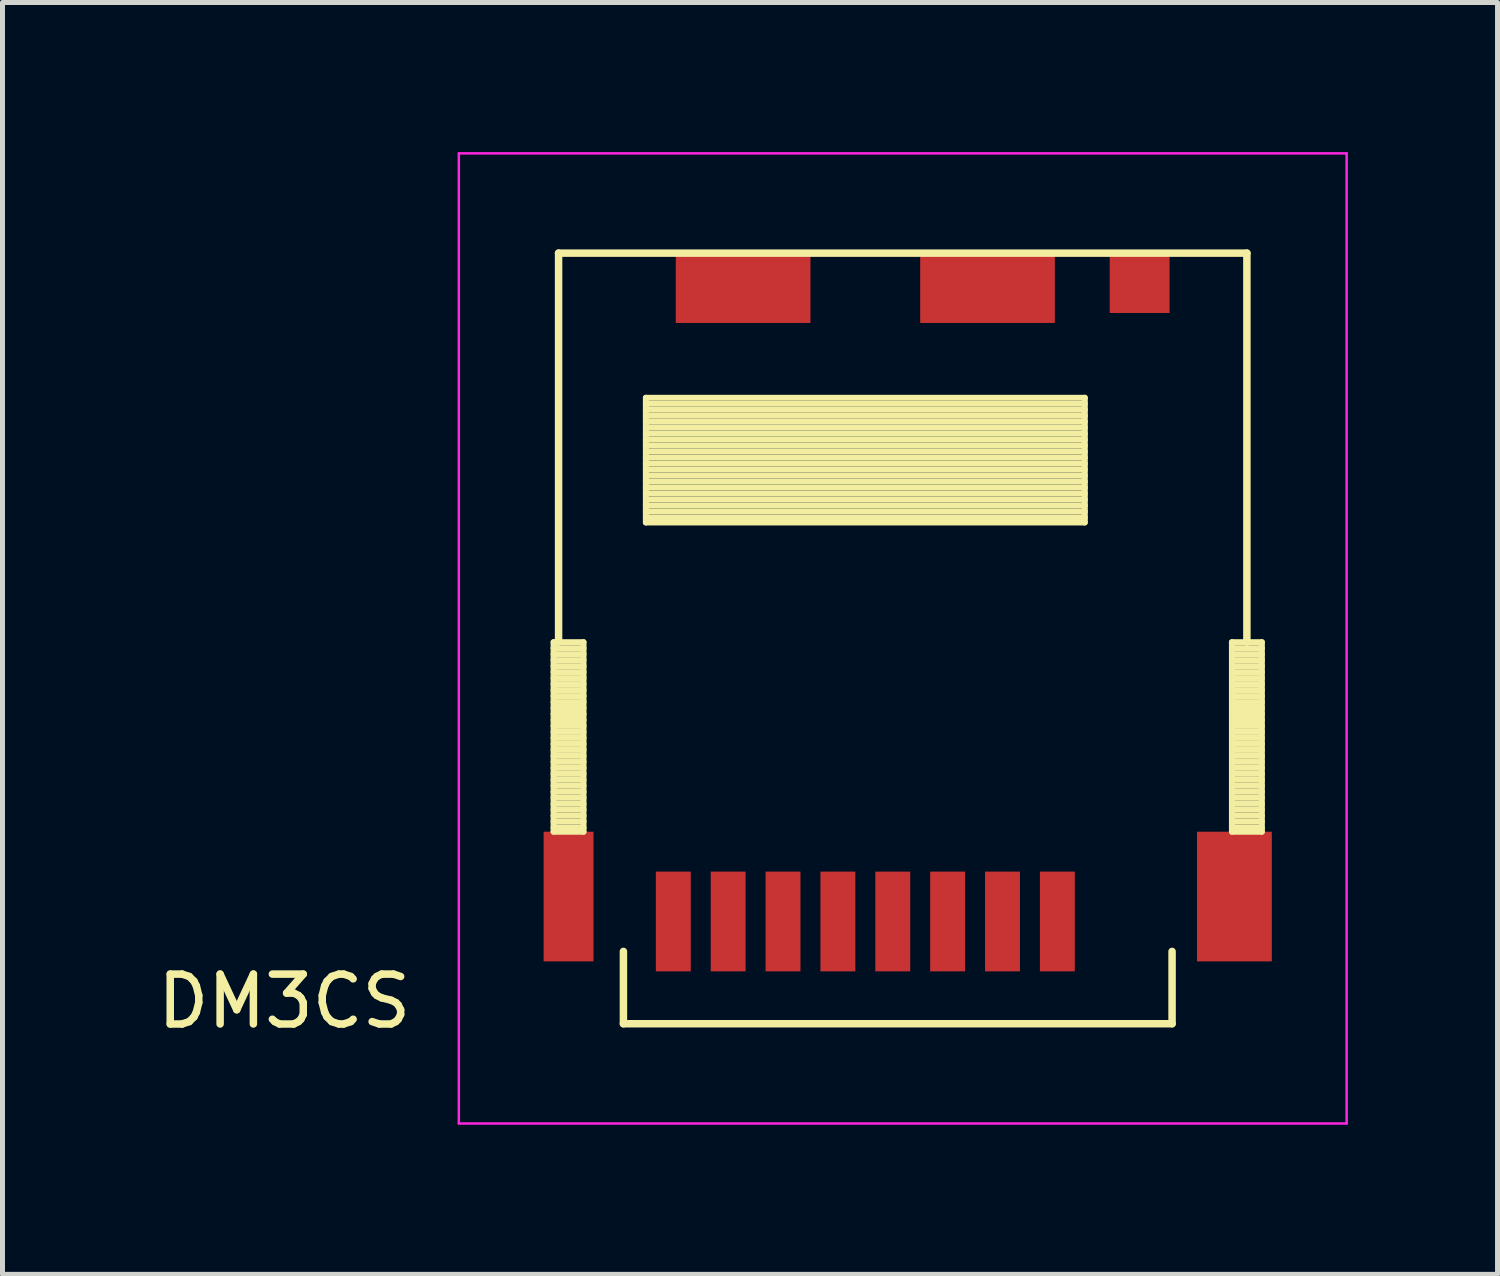
<source format=kicad_pcb>
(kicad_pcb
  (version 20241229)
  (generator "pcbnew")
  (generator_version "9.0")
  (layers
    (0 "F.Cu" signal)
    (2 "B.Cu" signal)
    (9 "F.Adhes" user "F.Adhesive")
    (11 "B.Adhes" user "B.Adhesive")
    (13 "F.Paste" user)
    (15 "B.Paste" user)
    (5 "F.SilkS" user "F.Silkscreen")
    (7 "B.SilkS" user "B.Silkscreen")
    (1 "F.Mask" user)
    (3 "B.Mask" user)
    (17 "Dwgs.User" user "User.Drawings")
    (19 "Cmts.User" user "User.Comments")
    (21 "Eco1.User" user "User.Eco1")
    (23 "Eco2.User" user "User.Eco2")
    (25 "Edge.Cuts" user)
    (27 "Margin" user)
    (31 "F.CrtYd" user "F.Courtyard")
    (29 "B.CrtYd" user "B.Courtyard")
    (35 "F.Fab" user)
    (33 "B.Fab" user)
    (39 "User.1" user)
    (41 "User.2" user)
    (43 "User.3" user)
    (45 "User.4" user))
  (footprint "DM3CS"
    (layer "F.Cu")
    (at 18.149 2.025)
    (property "Reference" "DM3CS" (at -15.5 15 0) (layer "F.SilkS") (effects (font (size 1 1) (thickness 0.15))))
    (attr through_hole)
    (fp_line (start -10.1 7.8) (end -10.1 11.6) (stroke (width 0.12) (type solid)) (layer "F.SilkS"))
    (fp_line (start -10.1 7.92) (end -9.5 7.92) (stroke (width 0.12) (type solid)) (layer "F.SilkS"))
    (fp_line (start -10.1 8.04) (end -9.5 8.04) (stroke (width 0.12) (type solid)) (layer "F.SilkS"))
    (fp_line (start -10.1 8.16) (end -9.5 8.16) (stroke (width 0.12) (type solid)) (layer "F.SilkS"))
    (fp_line (start -10.1 8.28) (end -9.5 8.28) (stroke (width 0.12) (type solid)) (layer "F.SilkS"))
    (fp_line (start -10.1 8.4) (end -9.5 8.4) (stroke (width 0.12) (type solid)) (layer "F.SilkS"))
    (fp_line (start -10.1 8.52) (end -9.5 8.52) (stroke (width 0.12) (type solid)) (layer "F.SilkS"))
    (fp_line (start -10.1 8.64) (end -9.5 8.64) (stroke (width 0.12) (type solid)) (layer "F.SilkS"))
    (fp_line (start -10.1 8.76) (end -9.5 8.76) (stroke (width 0.12) (type solid)) (layer "F.SilkS"))
    (fp_line (start -10.1 8.88) (end -9.5 8.88) (stroke (width 0.12) (type solid)) (layer "F.SilkS"))
    (fp_line (start -10.1 9) (end -9.5 9) (stroke (width 0.12) (type solid)) (layer "F.SilkS"))
    (fp_line (start -10.1 9.12) (end -9.5 9.12) (stroke (width 0.12) (type solid)) (layer "F.SilkS"))
    (fp_line (start -10.1 9.24) (end -9.5 9.24) (stroke (width 0.12) (type solid)) (layer "F.SilkS"))
    (fp_line (start -10.1 9.36) (end -9.5 9.36) (stroke (width 0.12) (type solid)) (layer "F.SilkS"))
    (fp_line (start -10.1 9.48) (end -9.5 9.48) (stroke (width 0.12) (type solid)) (layer "F.SilkS"))
    (fp_line (start -10.1 9.6) (end -9.5 9.6) (stroke (width 0.12) (type solid)) (layer "F.SilkS"))
    (fp_line (start -10.1 9.72) (end -9.5 9.72) (stroke (width 0.12) (type solid)) (layer "F.SilkS"))
    (fp_line (start -10.1 9.84) (end -9.5 9.84) (stroke (width 0.12) (type solid)) (layer "F.SilkS"))
    (fp_line (start -10.1 9.96) (end -9.5 9.96) (stroke (width 0.12) (type solid)) (layer "F.SilkS"))
    (fp_line (start -10.1 10.08) (end -9.5 10.08) (stroke (width 0.12) (type solid)) (layer "F.SilkS"))
    (fp_line (start -10.1 10.2) (end -9.5 10.2) (stroke (width 0.12) (type solid)) (layer "F.SilkS"))
    (fp_line (start -10.1 10.32) (end -9.5 10.32) (stroke (width 0.12) (type solid)) (layer "F.SilkS"))
    (fp_line (start -10.1 10.44) (end -9.5 10.44) (stroke (width 0.12) (type solid)) (layer "F.SilkS"))
    (fp_line (start -10.1 10.56) (end -9.5 10.56) (stroke (width 0.12) (type solid)) (layer "F.SilkS"))
    (fp_line (start -10.1 10.68) (end -9.5 10.68) (stroke (width 0.12) (type solid)) (layer "F.SilkS"))
    (fp_line (start -10.1 10.8) (end -9.5 10.8) (stroke (width 0.12) (type solid)) (layer "F.SilkS"))
    (fp_line (start -10.1 10.92) (end -9.5 10.92) (stroke (width 0.12) (type solid)) (layer "F.SilkS"))
    (fp_line (start -10.1 11.04) (end -9.5 11.04) (stroke (width 0.12) (type solid)) (layer "F.SilkS"))
    (fp_line (start -10.1 11.16) (end -9.5 11.16) (stroke (width 0.12) (type solid)) (layer "F.SilkS"))
    (fp_line (start -10.1 11.28) (end -9.5 11.28) (stroke (width 0.12) (type solid)) (layer "F.SilkS"))
    (fp_line (start -10.1 11.4) (end -9.5 11.4) (stroke (width 0.12) (type solid)) (layer "F.SilkS"))
    (fp_line (start -10.1 11.52) (end -9.5 11.52) (stroke (width 0.12) (type solid)) (layer "F.SilkS"))
    (fp_line (start -10.1 11.6) (end -9.5 11.6) (stroke (width 0.12) (type solid)) (layer "F.SilkS"))
    (fp_line (start -10 0) (end 3.8 0) (stroke (width 0.15) (type solid)) (layer "F.SilkS"))
    (fp_line (start -10 7.8) (end -10 0) (stroke (width 0.15) (type solid)) (layer "F.SilkS"))
    (fp_line (start -9.5 7.8) (end -10.1 7.8) (stroke (width 0.12) (type solid)) (layer "F.SilkS"))
    (fp_line (start -9.5 11.6) (end -9.5 7.8) (stroke (width 0.12) (type solid)) (layer "F.SilkS"))
    (fp_line (start -8.7 14) (end -8.7 15.45) (stroke (width 0.15) (type solid)) (layer "F.SilkS"))
    (fp_line (start -8.7 15.45) (end 2.3 15.45) (stroke (width 0.15) (type solid)) (layer "F.SilkS"))
    (fp_line (start -8.25 2.9) (end -8.25 5.4) (stroke (width 0.12) (type solid)) (layer "F.SilkS"))
    (fp_line (start -8.25 3.02) (end 0.55 3.02) (stroke (width 0.12) (type solid)) (layer "F.SilkS"))
    (fp_line (start -8.25 3.14) (end 0.55 3.14) (stroke (width 0.12) (type solid)) (layer "F.SilkS"))
    (fp_line (start -8.25 3.26) (end 0.55 3.26) (stroke (width 0.12) (type solid)) (layer "F.SilkS"))
    (fp_line (start -8.25 3.38) (end 0.55 3.38) (stroke (width 0.12) (type solid)) (layer "F.SilkS"))
    (fp_line (start -8.25 3.5) (end 0.55 3.5) (stroke (width 0.12) (type solid)) (layer "F.SilkS"))
    (fp_line (start -8.25 3.62) (end 0.55 3.62) (stroke (width 0.12) (type solid)) (layer "F.SilkS"))
    (fp_line (start -8.25 3.74) (end 0.55 3.74) (stroke (width 0.12) (type solid)) (layer "F.SilkS"))
    (fp_line (start -8.25 3.86) (end 0.55 3.86) (stroke (width 0.12) (type solid)) (layer "F.SilkS"))
    (fp_line (start -8.25 3.98) (end 0.55 3.98) (stroke (width 0.12) (type solid)) (layer "F.SilkS"))
    (fp_line (start -8.25 4.1) (end 0.55 4.1) (stroke (width 0.12) (type solid)) (layer "F.SilkS"))
    (fp_line (start -8.25 4.22) (end 0.55 4.22) (stroke (width 0.12) (type solid)) (layer "F.SilkS"))
    (fp_line (start -8.25 4.34) (end 0.55 4.34) (stroke (width 0.12) (type solid)) (layer "F.SilkS"))
    (fp_line (start -8.25 4.46) (end 0.55 4.46) (stroke (width 0.12) (type solid)) (layer "F.SilkS"))
    (fp_line (start -8.25 4.58) (end 0.55 4.58) (stroke (width 0.12) (type solid)) (layer "F.SilkS"))
    (fp_line (start -8.25 4.7) (end 0.55 4.7) (stroke (width 0.12) (type solid)) (layer "F.SilkS"))
    (fp_line (start -8.25 4.82) (end 0.55 4.82) (stroke (width 0.12) (type solid)) (layer "F.SilkS"))
    (fp_line (start -8.25 4.94) (end 0.55 4.94) (stroke (width 0.12) (type solid)) (layer "F.SilkS"))
    (fp_line (start -8.25 5.06) (end 0.55 5.06) (stroke (width 0.12) (type solid)) (layer "F.SilkS"))
    (fp_line (start -8.25 5.18) (end 0.55 5.18) (stroke (width 0.12) (type solid)) (layer "F.SilkS"))
    (fp_line (start -8.25 5.3) (end 0.55 5.3) (stroke (width 0.12) (type solid)) (layer "F.SilkS"))
    (fp_line (start -8.25 5.4) (end 0.55 5.4) (stroke (width 0.12) (type solid)) (layer "F.SilkS"))
    (fp_line (start 0.55 2.9) (end -8.25 2.9) (stroke (width 0.12) (type solid)) (layer "F.SilkS"))
    (fp_line (start 0.55 5.4) (end 0.55 2.9) (stroke (width 0.12) (type solid)) (layer "F.SilkS"))
    (fp_line (start 2.3 15.45) (end 2.3 14) (stroke (width 0.15) (type solid)) (layer "F.SilkS"))
    (fp_line (start 3.5 7.8) (end 3.5 11.6) (stroke (width 0.12) (type solid)) (layer "F.SilkS"))
    (fp_line (start 3.5 7.92) (end 4.1 7.92) (stroke (width 0.12) (type solid)) (layer "F.SilkS"))
    (fp_line (start 3.5 8.04) (end 4.1 8.04) (stroke (width 0.12) (type solid)) (layer "F.SilkS"))
    (fp_line (start 3.5 8.16) (end 4.1 8.16) (stroke (width 0.12) (type solid)) (layer "F.SilkS"))
    (fp_line (start 3.5 8.28) (end 4.1 8.28) (stroke (width 0.12) (type solid)) (layer "F.SilkS"))
    (fp_line (start 3.5 8.4) (end 4.1 8.4) (stroke (width 0.12) (type solid)) (layer "F.SilkS"))
    (fp_line (start 3.5 8.52) (end 4.1 8.52) (stroke (width 0.12) (type solid)) (layer "F.SilkS"))
    (fp_line (start 3.5 8.64) (end 4.1 8.64) (stroke (width 0.12) (type solid)) (layer "F.SilkS"))
    (fp_line (start 3.5 8.76) (end 4.1 8.76) (stroke (width 0.12) (type solid)) (layer "F.SilkS"))
    (fp_line (start 3.5 8.88) (end 4.1 8.88) (stroke (width 0.12) (type solid)) (layer "F.SilkS"))
    (fp_line (start 3.5 9) (end 4.1 9) (stroke (width 0.12) (type solid)) (layer "F.SilkS"))
    (fp_line (start 3.5 9.12) (end 4.1 9.12) (stroke (width 0.12) (type solid)) (layer "F.SilkS"))
    (fp_line (start 3.5 9.24) (end 4.1 9.24) (stroke (width 0.12) (type solid)) (layer "F.SilkS"))
    (fp_line (start 3.5 9.36) (end 4.1 9.36) (stroke (width 0.12) (type solid)) (layer "F.SilkS"))
    (fp_line (start 3.5 9.48) (end 4.1 9.48) (stroke (width 0.12) (type solid)) (layer "F.SilkS"))
    (fp_line (start 3.5 9.6) (end 4.1 9.6) (stroke (width 0.12) (type solid)) (layer "F.SilkS"))
    (fp_line (start 3.5 9.72) (end 4.1 9.72) (stroke (width 0.12) (type solid)) (layer "F.SilkS"))
    (fp_line (start 3.5 9.84) (end 4.1 9.84) (stroke (width 0.12) (type solid)) (layer "F.SilkS"))
    (fp_line (start 3.5 9.96) (end 4.1 9.96) (stroke (width 0.12) (type solid)) (layer "F.SilkS"))
    (fp_line (start 3.5 10.08) (end 4.1 10.08) (stroke (width 0.12) (type solid)) (layer "F.SilkS"))
    (fp_line (start 3.5 10.2) (end 4.1 10.2) (stroke (width 0.12) (type solid)) (layer "F.SilkS"))
    (fp_line (start 3.5 10.32) (end 4.1 10.32) (stroke (width 0.12) (type solid)) (layer "F.SilkS"))
    (fp_line (start 3.5 10.44) (end 4.1 10.44) (stroke (width 0.12) (type solid)) (layer "F.SilkS"))
    (fp_line (start 3.5 10.56) (end 4.1 10.56) (stroke (width 0.12) (type solid)) (layer "F.SilkS"))
    (fp_line (start 3.5 10.68) (end 4.1 10.68) (stroke (width 0.12) (type solid)) (layer "F.SilkS"))
    (fp_line (start 3.5 10.8) (end 4.1 10.8) (stroke (width 0.12) (type solid)) (layer "F.SilkS"))
    (fp_line (start 3.5 10.92) (end 4.1 10.92) (stroke (width 0.12) (type solid)) (layer "F.SilkS"))
    (fp_line (start 3.5 11.04) (end 4.1 11.04) (stroke (width 0.12) (type solid)) (layer "F.SilkS"))
    (fp_line (start 3.5 11.16) (end 4.1 11.16) (stroke (width 0.12) (type solid)) (layer "F.SilkS"))
    (fp_line (start 3.5 11.28) (end 4.1 11.28) (stroke (width 0.12) (type solid)) (layer "F.SilkS"))
    (fp_line (start 3.5 11.4) (end 4.1 11.4) (stroke (width 0.12) (type solid)) (layer "F.SilkS"))
    (fp_line (start 3.5 11.52) (end 4.1 11.52) (stroke (width 0.12) (type solid)) (layer "F.SilkS"))
    (fp_line (start 3.5 11.6) (end 4.1 11.6) (stroke (width 0.12) (type solid)) (layer "F.SilkS"))
    (fp_line (start 3.8 0) (end 3.8 7.8) (stroke (width 0.15) (type solid)) (layer "F.SilkS"))
    (fp_line (start 4.1 7.8) (end 3.5 7.8) (stroke (width 0.12) (type solid)) (layer "F.SilkS"))
    (fp_line (start 4.1 11.6) (end 4.1 7.8) (stroke (width 0.12) (type solid)) (layer "F.SilkS"))
    (fp_line (start -12 -2) (end -12 17.45) (stroke (width 0.05) (type solid)) (layer "F.CrtYd"))
    (fp_line (start -12 17.45) (end 5.8 17.45) (stroke (width 0.05) (type solid)) (layer "F.CrtYd"))
    (fp_line (start 5.8 -2) (end -12 -2) (stroke (width 0.05) (type solid)) (layer "F.CrtYd"))
    (fp_line (start 5.8 17.45) (end 5.8 -2) (stroke (width 0.05) (type solid)) (layer "F.CrtYd"))
    (pad "1" smd rect (at 0 13.4) (size 0.7 2) (layers "F.Cu" "F.Mask" "F.Paste"))
    (pad "2" smd rect (at -1.1 13.4) (size 0.7 2) (layers "F.Cu" "F.Mask" "F.Paste"))
    (pad "3" smd rect (at -2.2 13.4) (size 0.7 2) (layers "F.Cu" "F.Mask" "F.Paste"))
    (pad "4" smd rect (at -3.3 13.4) (size 0.7 2) (layers "F.Cu" "F.Mask" "F.Paste"))
    (pad "5" smd rect (at -4.4 13.4) (size 0.7 2) (layers "F.Cu" "F.Mask" "F.Paste"))
    (pad "6" smd rect (at -5.5 13.4) (size 0.7 2) (layers "F.Cu" "F.Mask" "F.Paste"))
    (pad "7" smd rect (at -6.6 13.4) (size 0.7 2) (layers "F.Cu" "F.Mask" "F.Paste"))
    (pad "8" smd rect (at -7.7 13.4) (size 0.7 2) (layers "F.Cu" "F.Mask" "F.Paste"))
    (pad "9" smd rect (at -1.4 0.7) (size 2.7 1.4) (layers "F.Cu" "F.Mask" "F.Paste"))
    (pad "10" smd rect (at -9.8 12.9) (size 1 2.6) (layers "F.Cu" "F.Mask" "F.Paste"))
    (pad "10" smd rect (at -6.3 0.7) (size 2.7 1.4) (layers "F.Cu" "F.Mask" "F.Paste"))
    (pad "10" smd rect (at 1.65 0.6) (size 1.2 1.2) (layers "F.Cu" "F.Mask" "F.Paste"))
    (pad "10" smd rect (at 3.55 12.9) (size 1.5 2.6) (layers "F.Cu" "F.Mask" "F.Paste")))
  (gr_rect
    (start -3 -3)
    (end 26.974 22.5)
    (stroke (width 0.1) (type default))
    (fill no)
    (layer "Edge.Cuts")))
</source>
